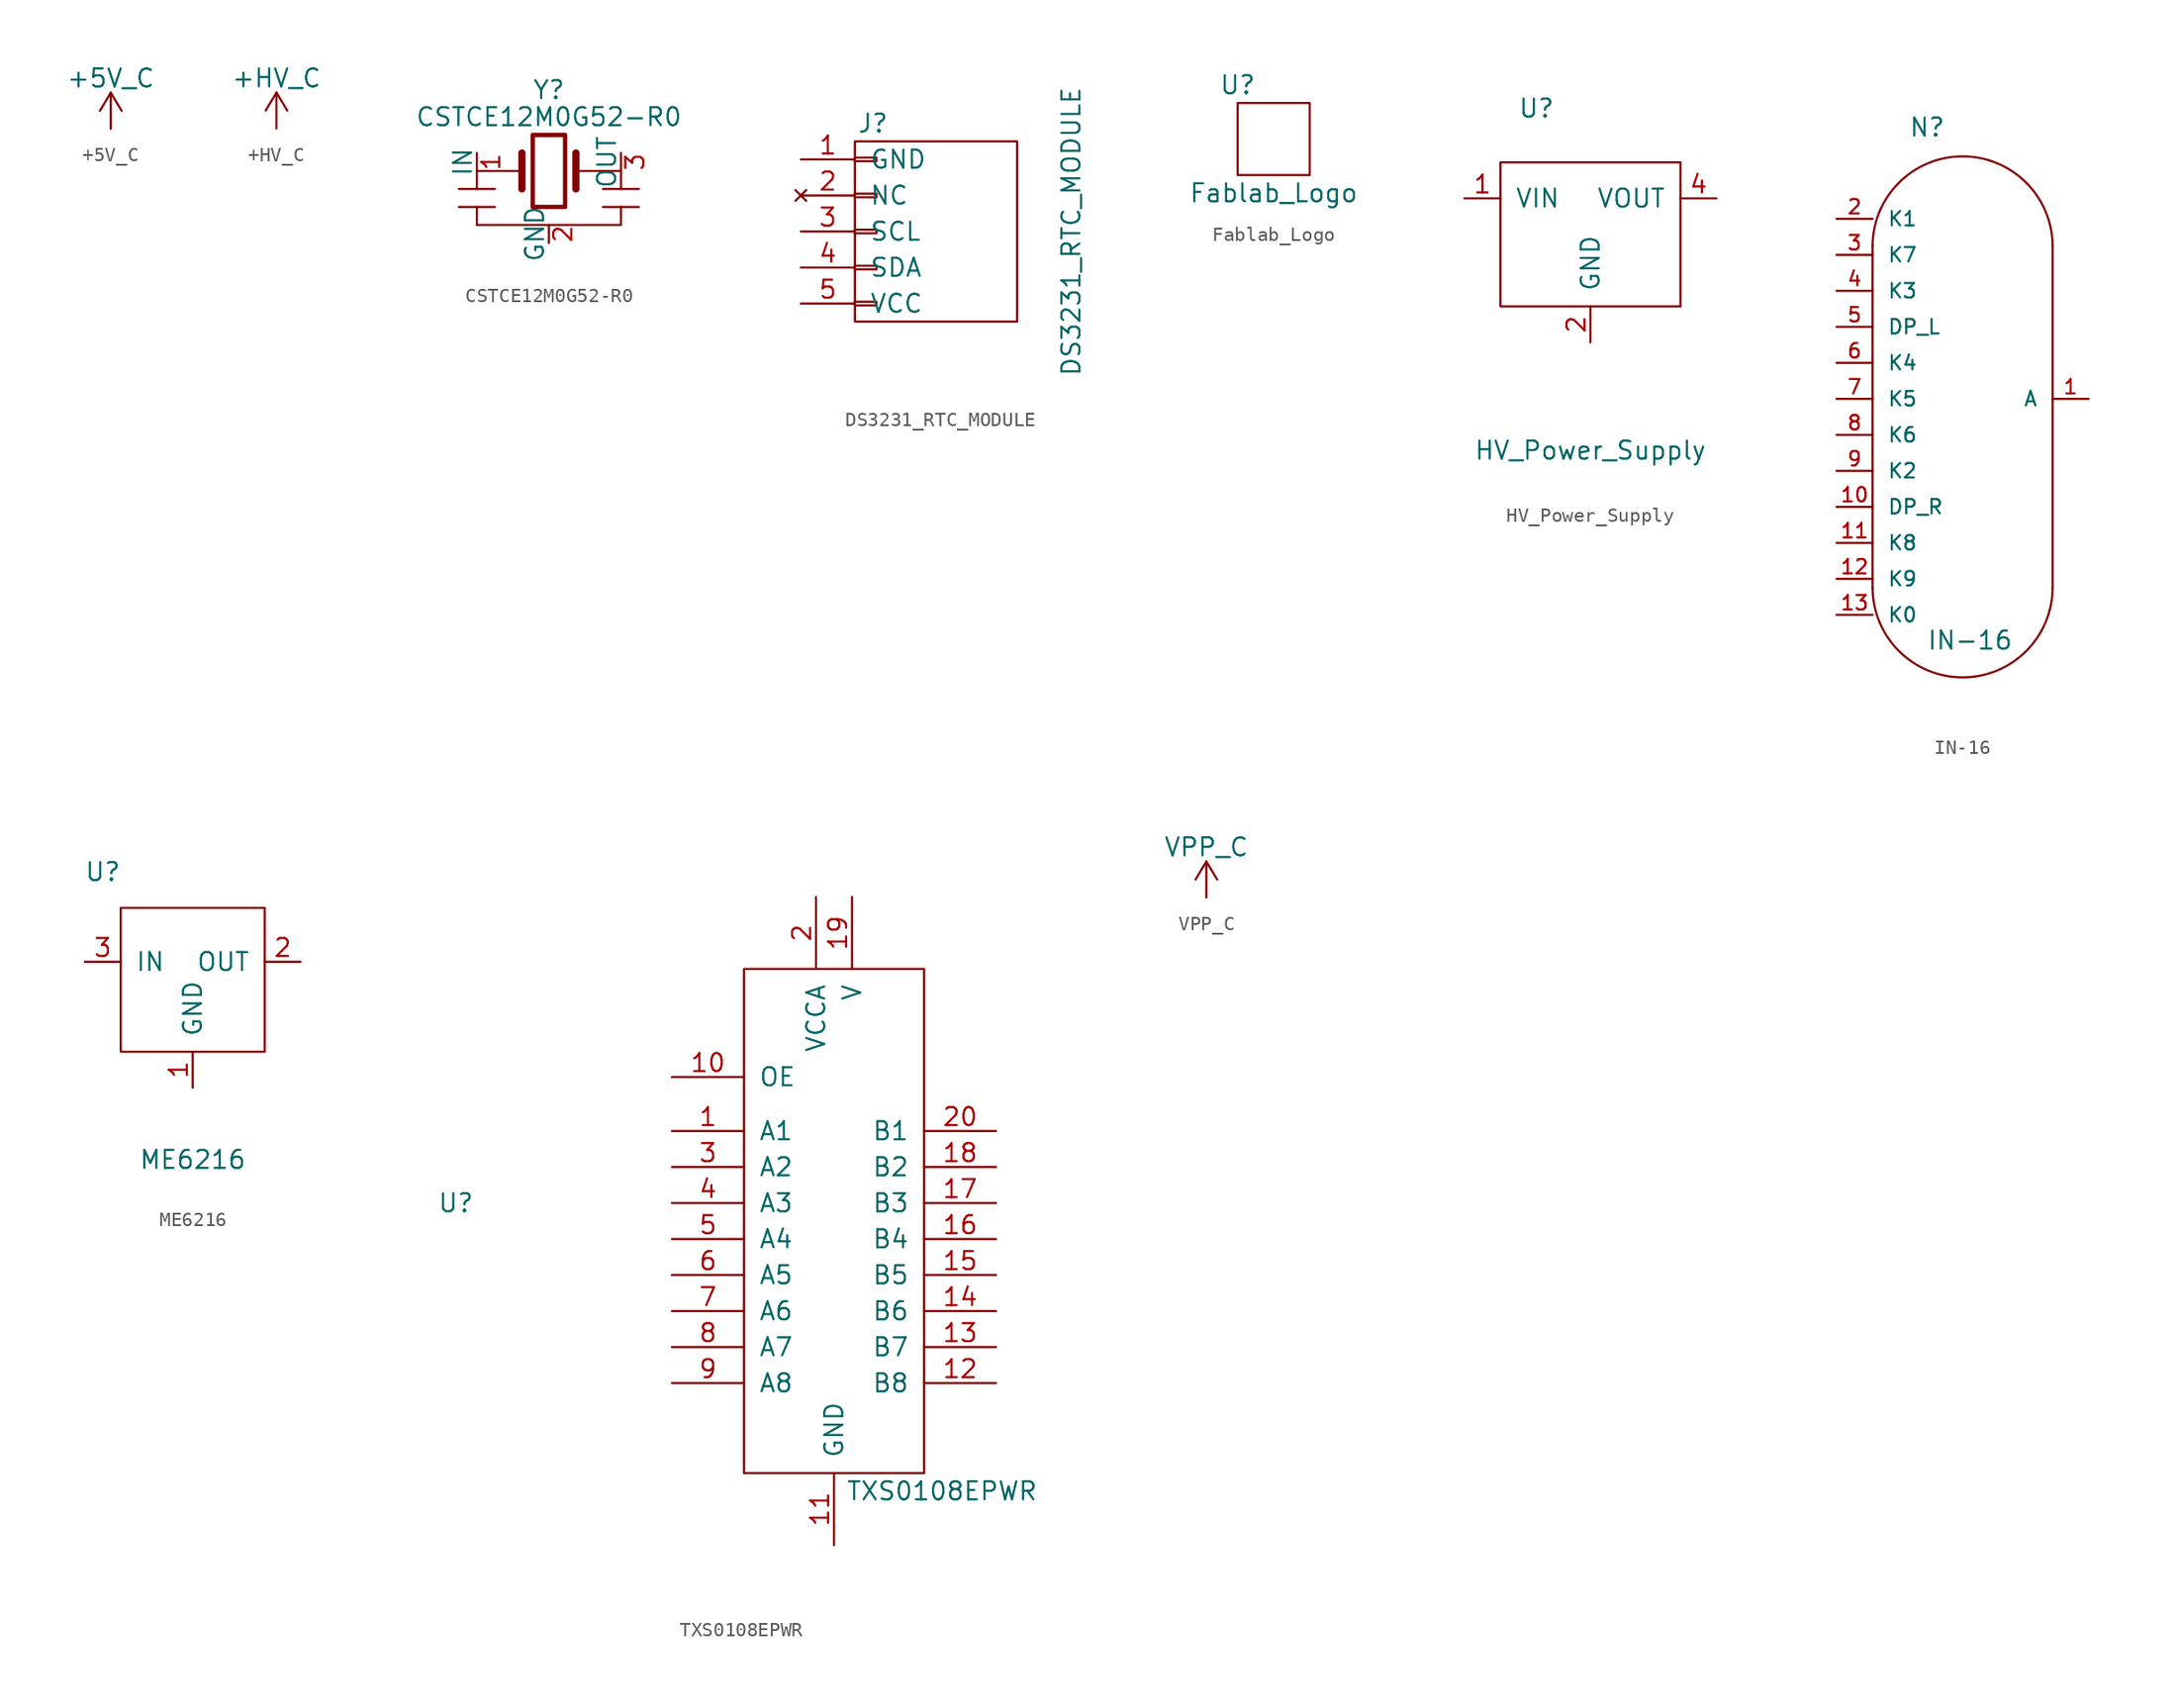
<source format=kicad_sym>
(kicad_symbol_lib
  (version 20220914)
  (generator kicad_symbol_editor)
  (symbol "+5V_C"
    (power)
    (pin_names
      (offset 0))
    (property "Reference" "#PWR"
      (at 0 -3.81 0)
      (effects (font (size 1.27 1.27)) hide))
    (property "Value" "+5V_C"
      (at 0 3.556 0)
      (effects (font (size 1.27 1.27))))
    (symbol "+5V_C_0_1"
      (polyline (pts (xy -0.762 1.27) (xy 0 2.54)) (stroke (width 0) (type solid)) (fill (type none)))
      (polyline (pts (xy 0 0) (xy 0 2.54)) (stroke (width 0) (type solid)) (fill (type none)))
      (polyline (pts (xy 0 2.54) (xy 0.762 1.27)) (stroke (width 0) (type solid)) (fill (type none))))
    (symbol "+5V_C_1_1"
      (pin power_in line (at 0 0 90) (length 0) hide (name "+5V_C" (effects (font (size 1.27 1.27)))) (number "1" (effects (font (size 1.27 1.27)))))))
  (symbol "+HV_C"
    (power)
    (pin_names
      (offset 0))
    (property "Reference" "#PWR"
      (at 0 -3.81 0)
      (effects (font (size 1.27 1.27)) hide))
    (property "Value" "+HV_C"
      (at 0 3.556 0)
      (effects (font (size 1.27 1.27))))
    (symbol "+HV_C_0_1"
      (polyline (pts (xy -0.762 1.27) (xy 0 2.54)) (stroke (width 0) (type solid)) (fill (type none)))
      (polyline (pts (xy 0 0) (xy 0 2.54)) (stroke (width 0) (type solid)) (fill (type none)))
      (polyline (pts (xy 0 2.54) (xy 0.762 1.27)) (stroke (width 0) (type solid)) (fill (type none))))
    (symbol "+HV_C_1_1"
      (pin power_in line (at 0 0 90) (length 0) hide (name "+HV_C" (effects (font (size 1.27 1.27)))) (number "1" (effects (font (size 1.27 1.27)))))))
  (symbol "CSTCE12M0G52-R0"
    (pin_names
      (offset 0))
    (property "Reference" "Y"
      (at 0 5.715 0)
      (effects (font (size 1.27 1.27))))
    (property "Value" "CSTCE12M0G52-R0"
      (at 0 3.81 0)
      (effects (font (size 1.27 1.27))))
    (symbol "CSTCE12M0G52-R0_0_1"
      (rectangle (start -1.143 2.54) (end 1.143 -2.54) (stroke (width 0.305) (type solid)) (fill (type none)))
      (polyline (pts (xy -6.35 -2.54) (xy -3.81 -2.54)) (stroke (width 0) (type solid)) (fill (type none)))
      (polyline (pts (xy -6.35 -1.27) (xy -3.81 -1.27)) (stroke (width 0) (type solid)) (fill (type none)))
      (polyline (pts (xy -5.08 -3.81) (xy 5.08 -3.81)) (stroke (width 0) (type solid)) (fill (type none)))
      (polyline (pts (xy -5.08 -2.54) (xy -5.08 -3.81)) (stroke (width 0) (type solid)) (fill (type none)))
      (polyline (pts (xy -5.08 -1.27) (xy -5.08 0)) (stroke (width 0) (type solid)) (fill (type none)))
      (polyline (pts (xy -5.08 0) (xy -2.54 0)) (stroke (width 0) (type solid)) (fill (type none)))
      (polyline (pts (xy -2.54 0) (xy -1.905 0)) (stroke (width 0) (type solid)) (fill (type none)))
      (polyline (pts (xy -1.905 -1.27) (xy -1.905 1.27)) (stroke (width 0.508) (type solid)) (fill (type none)))
      (polyline (pts (xy 1.905 0) (xy 2.54 0)) (stroke (width 0) (type solid)) (fill (type none)))
      (polyline (pts (xy 1.905 1.27) (xy 1.905 -1.27)) (stroke (width 0.508) (type solid)) (fill (type none)))
      (polyline (pts (xy 2.54 0) (xy 5.08 0)) (stroke (width 0) (type solid)) (fill (type none))))
    (symbol "CSTCE12M0G52-R0_1_1"
      (polyline (pts (xy 3.81 -2.54) (xy 6.35 -2.54)) (stroke (width 0) (type solid)) (fill (type none)))
      (polyline (pts (xy 3.81 -1.27) (xy 6.35 -1.27)) (stroke (width 0) (type solid)) (fill (type none)))
      (polyline (pts (xy 5.08 -2.54) (xy 5.08 -3.81)) (stroke (width 0) (type solid)) (fill (type none)))
      (polyline (pts (xy 5.08 -1.27) (xy 5.08 0)) (stroke (width 0) (type solid)) (fill (type none)))
      (pin passive line (at -5.08 1.27 270) (length 1.27) (name "IN" (effects (font (size 1.27 1.27)))) (number "1" (effects (font (size 1.27 1.27)))))
      (pin passive line (at 0 -5.08 90) (length 1.27) (name "GND" (effects (font (size 1.27 1.27)))) (number "2" (effects (font (size 1.27 1.27)))))
      (pin passive line (at 5.08 1.27 270) (length 1.27) (name "OUT" (effects (font (size 1.27 1.27)))) (number "3" (effects (font (size 1.27 1.27)))))))
  (symbol "DS3231_RTC_MODULE"
    (pin_names
      (offset 1.016))
    (property "Reference" "J"
      (at 0 7.62 0)
      (effects (font (size 1.27 1.27))))
    (property "Value" "DS3231_RTC_MODULE"
      (at 13.97 0 90)
      (effects (font (size 1.27 1.27))))
    (symbol "DS3231_RTC_MODULE_0_1"
      (rectangle (start -1.27 -4.953) (end 0.254 -5.207) (stroke (width 0) (type solid)) (fill (type none)))
      (rectangle (start -1.27 -2.413) (end 0.254 -2.667) (stroke (width 0) (type solid)) (fill (type none)))
      (rectangle (start -1.27 0.127) (end 0.254 -0.127) (stroke (width 0) (type solid)) (fill (type none)))
      (rectangle (start -1.27 2.667) (end 0.254 2.413) (stroke (width 0) (type solid)) (fill (type none)))
      (rectangle (start -1.27 5.207) (end 0.254 4.953) (stroke (width 0) (type solid)) (fill (type none)))
      (rectangle (start -1.27 6.35) (end 10.16 -6.35) (stroke (width 0) (type solid)) (fill (type none))))
    (symbol "DS3231_RTC_MODULE_1_1"
      (pin power_in line (at -5.08 5.08 0) (length 3.81) (name "GND" (effects (font (size 1.27 1.27)))) (number "1" (effects (font (size 1.27 1.27)))))
      (pin no_connect line (at -5.08 2.54 0) (length 3.81) (name "NC" (effects (font (size 1.27 1.27)))) (number "2" (effects (font (size 1.27 1.27)))))
      (pin input line (at -5.08 0 0) (length 3.81) (name "SCL" (effects (font (size 1.27 1.27)))) (number "3" (effects (font (size 1.27 1.27)))))
      (pin bidirectional line (at -5.08 -2.54 0) (length 3.81) (name "SDA" (effects (font (size 1.27 1.27)))) (number "4" (effects (font (size 1.27 1.27)))))
      (pin power_in line (at -5.08 -5.08 0) (length 3.81) (name "VCC" (effects (font (size 1.27 1.27)))) (number "5" (effects (font (size 1.27 1.27)))))))
  (symbol "Fablab_Logo"
    (pin_names
      (offset 1.016))
    (property "Reference" "U"
      (at -2.54 3.81 0)
      (effects (font (size 1.27 1.27))))
    (property "Value" "Fablab_Logo"
      (at 0 -3.81 0)
      (effects (font (size 1.27 1.27))))
    (symbol "Fablab_Logo_0_1"
      (rectangle (start -2.54 2.54) (end 2.54 -2.54) (stroke (width 0) (type solid)) (fill (type none)))))
  (symbol "HV_Power_Supply"
    (pin_names
      (offset 1.016))
    (property "Reference" "U"
      (at -3.81 6.35 0)
      (effects (font (size 1.27 1.27))))
    (property "Value" "HV_Power_Supply"
      (at 0 -17.78 0)
      (effects (font (size 1.27 1.27))))
    (symbol "HV_Power_Supply_0_0"
      (pin unspecified line (at -8.89 0 0) (length 2.54) (name "VIN" (effects (font (size 1.27 1.27)))) (number "1" (effects (font (size 1.27 1.27)))))
      (pin unspecified line (at 0 -10.16 90) (length 2.54) (name "GND" (effects (font (size 1.27 1.27)))) (number "2" (effects (font (size 1.27 1.27)))))
      (pin unspecified line (at 0 -10.16 90) (length 2.54) hide (name "GND" (effects (font (size 1.27 1.27)))) (number "3" (effects (font (size 1.27 1.27)))))
      (pin unspecified line (at 8.89 0 180) (length 2.54) (name "VOUT" (effects (font (size 1.27 1.27)))) (number "4" (effects (font (size 1.27 1.27))))))
    (symbol "HV_Power_Supply_0_1"
      (rectangle (start -6.35 2.54) (end 6.35 -7.62) (stroke (width 0) (type solid)) (fill (type none)))))
  (symbol "IN-16"
    (pin_names
      (offset 1.016))
    (property "Reference" "N"
      (at -2.54 18.415 0)
      (effects (font (size 1.27 1.27)) (justify left bottom)))
    (property "Value" "IN-16"
      (at -1.27 -17.78 0)
      (effects (font (size 1.27 1.27)) (justify left bottom)))
    (symbol "IN-16_1_0"
      (polyline (pts (xy -5.08 -13.335) (xy -5.08 10.795)) (stroke (width 0) (type solid)) (fill (type none)))
      (polyline (pts (xy 7.62 -13.335) (xy 7.62 10.795)) (stroke (width 0) (type solid)) (fill (type none))))
    (symbol "IN-16_1_1"
      (arc (start -5.08 -13.335) (mid 1.27 -19.6574) (end 7.62 -13.335) (stroke (width 0) (type solid)) (fill (type none)))
      (arc (start 7.62 10.795) (mid 1.27 17.1174) (end -5.08 10.795) (stroke (width 0) (type solid)) (fill (type none)))
      (pin bidirectional line (at 10.16 0 180) (length 2.54) (name "A" (effects (font (size 1.016 1.016)))) (number "1" (effects (font (size 1.016 1.016)))))
      (pin bidirectional line (at -7.62 -7.62 0) (length 2.54) (name "DP_R" (effects (font (size 1.016 1.016)))) (number "10" (effects (font (size 1.016 1.016)))))
      (pin bidirectional line (at -7.62 -10.16 0) (length 2.54) (name "K8" (effects (font (size 1.016 1.016)))) (number "11" (effects (font (size 1.016 1.016)))))
      (pin bidirectional line (at -7.62 -12.7 0) (length 2.54) (name "K9" (effects (font (size 1.016 1.016)))) (number "12" (effects (font (size 1.016 1.016)))))
      (pin bidirectional line (at -7.62 -15.24 0) (length 2.54) (name "K0" (effects (font (size 1.016 1.016)))) (number "13" (effects (font (size 1.016 1.016)))))
      (pin bidirectional line (at -7.62 12.7 0) (length 2.54) (name "K1" (effects (font (size 1.016 1.016)))) (number "2" (effects (font (size 1.016 1.016)))))
      (pin bidirectional line (at -7.62 10.16 0) (length 2.54) (name "K7" (effects (font (size 1.016 1.016)))) (number "3" (effects (font (size 1.016 1.016)))))
      (pin bidirectional line (at -7.62 7.62 0) (length 2.54) (name "K3" (effects (font (size 1.016 1.016)))) (number "4" (effects (font (size 1.016 1.016)))))
      (pin bidirectional line (at -7.62 5.08 0) (length 2.54) (name "DP_L" (effects (font (size 1.016 1.016)))) (number "5" (effects (font (size 1.016 1.016)))))
      (pin bidirectional line (at -7.62 2.54 0) (length 2.54) (name "K4" (effects (font (size 1.016 1.016)))) (number "6" (effects (font (size 1.016 1.016)))))
      (pin bidirectional line (at -7.62 0 0) (length 2.54) (name "K5" (effects (font (size 1.016 1.016)))) (number "7" (effects (font (size 1.016 1.016)))))
      (pin bidirectional line (at -7.62 -2.54 0) (length 2.54) (name "K6" (effects (font (size 1.016 1.016)))) (number "8" (effects (font (size 1.016 1.016)))))
      (pin bidirectional line (at -7.62 -5.08 0) (length 2.54) (name "K2" (effects (font (size 1.016 1.016)))) (number "9" (effects (font (size 1.016 1.016)))))))
  (symbol "ME6216"
    (pin_names
      (offset 1.016))
    (property "Reference" "U"
      (at -6.35 6.35 0)
      (effects (font (size 1.27 1.27))))
    (property "Value" "ME6216"
      (at 0 -13.97 0)
      (effects (font (size 1.27 1.27))))
    (symbol "ME6216_0_1"
      (rectangle (start -5.08 3.81) (end 5.08 -6.35) (stroke (width 0) (type solid)) (fill (type none))))
    (symbol "ME6216_1_1"
      (pin input line (at 0 -8.89 90) (length 2.54) (name "GND" (effects (font (size 1.27 1.27)))) (number "1" (effects (font (size 1.27 1.27)))))
      (pin input line (at 7.62 0 180) (length 2.54) (name "OUT" (effects (font (size 1.27 1.27)))) (number "2" (effects (font (size 1.27 1.27)))))
      (pin input line (at -7.62 0 0) (length 2.54) (name "IN" (effects (font (size 1.27 1.27)))) (number "3" (effects (font (size 1.27 1.27)))))))
  (symbol "TXS0108EPWR"
    (pin_names
      (offset 1.016))
    (property "Reference" "U"
      (at -26.67 10.16 0)
      (effects (font (size 1.27 1.27))))
    (property "Value" "TXS0108EPWR"
      (at 7.62 -10.16 0)
      (effects (font (size 1.27 1.27))))
    (symbol "TXS0108EPWR_0_0"
      (pin bidirectional line (at -11.43 15.24 0) (length 5.08) (name "A1" (effects (font (size 1.27 1.27)))) (number "1" (effects (font (size 1.27 1.27)))))
      (pin input line (at -11.43 19.05 0) (length 5.08) (name "OE" (effects (font (size 1.27 1.27)))) (number "10" (effects (font (size 1.27 1.27)))))
      (pin passive line (at 0 -13.97 90) (length 5.08) (name "GND" (effects (font (size 1.27 1.27)))) (number "11" (effects (font (size 1.27 1.27)))))
      (pin bidirectional line (at 11.43 -2.54 180) (length 5.08) (name "B8" (effects (font (size 1.27 1.27)))) (number "12" (effects (font (size 1.27 1.27)))))
      (pin bidirectional line (at 11.43 0 180) (length 5.08) (name "B7" (effects (font (size 1.27 1.27)))) (number "13" (effects (font (size 1.27 1.27)))))
      (pin bidirectional line (at 11.43 2.54 180) (length 5.08) (name "B6" (effects (font (size 1.27 1.27)))) (number "14" (effects (font (size 1.27 1.27)))))
      (pin bidirectional line (at 11.43 5.08 180) (length 5.08) (name "B5" (effects (font (size 1.27 1.27)))) (number "15" (effects (font (size 1.27 1.27)))))
      (pin bidirectional line (at 11.43 7.62 180) (length 5.08) (name "B4" (effects (font (size 1.27 1.27)))) (number "16" (effects (font (size 1.27 1.27)))))
      (pin bidirectional line (at 11.43 10.16 180) (length 5.08) (name "B3" (effects (font (size 1.27 1.27)))) (number "17" (effects (font (size 1.27 1.27)))))
      (pin bidirectional line (at 11.43 12.7 180) (length 5.08) (name "B2" (effects (font (size 1.27 1.27)))) (number "18" (effects (font (size 1.27 1.27)))))
      (pin power_in line (at 1.27 31.75 270) (length 5.08) (name "V" (effects (font (size 1.27 1.27)))) (number "19" (effects (font (size 1.27 1.27)))))
      (pin power_in line (at -1.27 31.75 270) (length 5.08) (name "VCCA" (effects (font (size 1.27 1.27)))) (number "2" (effects (font (size 1.27 1.27)))))
      (pin bidirectional line (at 11.43 15.24 180) (length 5.08) (name "B1" (effects (font (size 1.27 1.27)))) (number "20" (effects (font (size 1.27 1.27)))))
      (pin bidirectional line (at -11.43 12.7 0) (length 5.08) (name "A2" (effects (font (size 1.27 1.27)))) (number "3" (effects (font (size 1.27 1.27)))))
      (pin bidirectional line (at -11.43 10.16 0) (length 5.08) (name "A3" (effects (font (size 1.27 1.27)))) (number "4" (effects (font (size 1.27 1.27)))))
      (pin bidirectional line (at -11.43 7.62 0) (length 5.08) (name "A4" (effects (font (size 1.27 1.27)))) (number "5" (effects (font (size 1.27 1.27)))))
      (pin bidirectional line (at -11.43 5.08 0) (length 5.08) (name "A5" (effects (font (size 1.27 1.27)))) (number "6" (effects (font (size 1.27 1.27)))))
      (pin bidirectional line (at -11.43 2.54 0) (length 5.08) (name "A6" (effects (font (size 1.27 1.27)))) (number "7" (effects (font (size 1.27 1.27)))))
      (pin bidirectional line (at -11.43 0 0) (length 5.08) (name "A7" (effects (font (size 1.27 1.27)))) (number "8" (effects (font (size 1.27 1.27)))))
      (pin bidirectional line (at -11.43 -2.54 0) (length 5.08) (name "A8" (effects (font (size 1.27 1.27)))) (number "9" (effects (font (size 1.27 1.27))))))
    (symbol "TXS0108EPWR_0_1"
      (rectangle (start -6.35 26.67) (end 6.35 -8.89) (stroke (width 0) (type solid)) (fill (type none)))))
  (symbol "VPP_C"
    (power)
    (pin_names
      (offset 0))
    (property "Reference" "#PWR"
      (at 0 -3.81 0)
      (effects (font (size 1.27 1.27)) hide))
    (property "Value" "VPP_C"
      (at 0 3.556 0)
      (effects (font (size 1.27 1.27))))
    (symbol "VPP_C_0_1"
      (polyline (pts (xy -0.762 1.27) (xy 0 2.54)) (stroke (width 0) (type solid)) (fill (type none)))
      (polyline (pts (xy 0 0) (xy 0 2.54)) (stroke (width 0) (type solid)) (fill (type none)))
      (polyline (pts (xy 0 2.54) (xy 0.762 1.27)) (stroke (width 0) (type solid)) (fill (type none))))
    (symbol "VPP_C_1_1"
      (pin power_in line (at 0 0 90) (length 0) hide (name "VPP_C" (effects (font (size 1.27 1.27)))) (number "1" (effects (font (size 1.27 1.27))))))))
</source>
